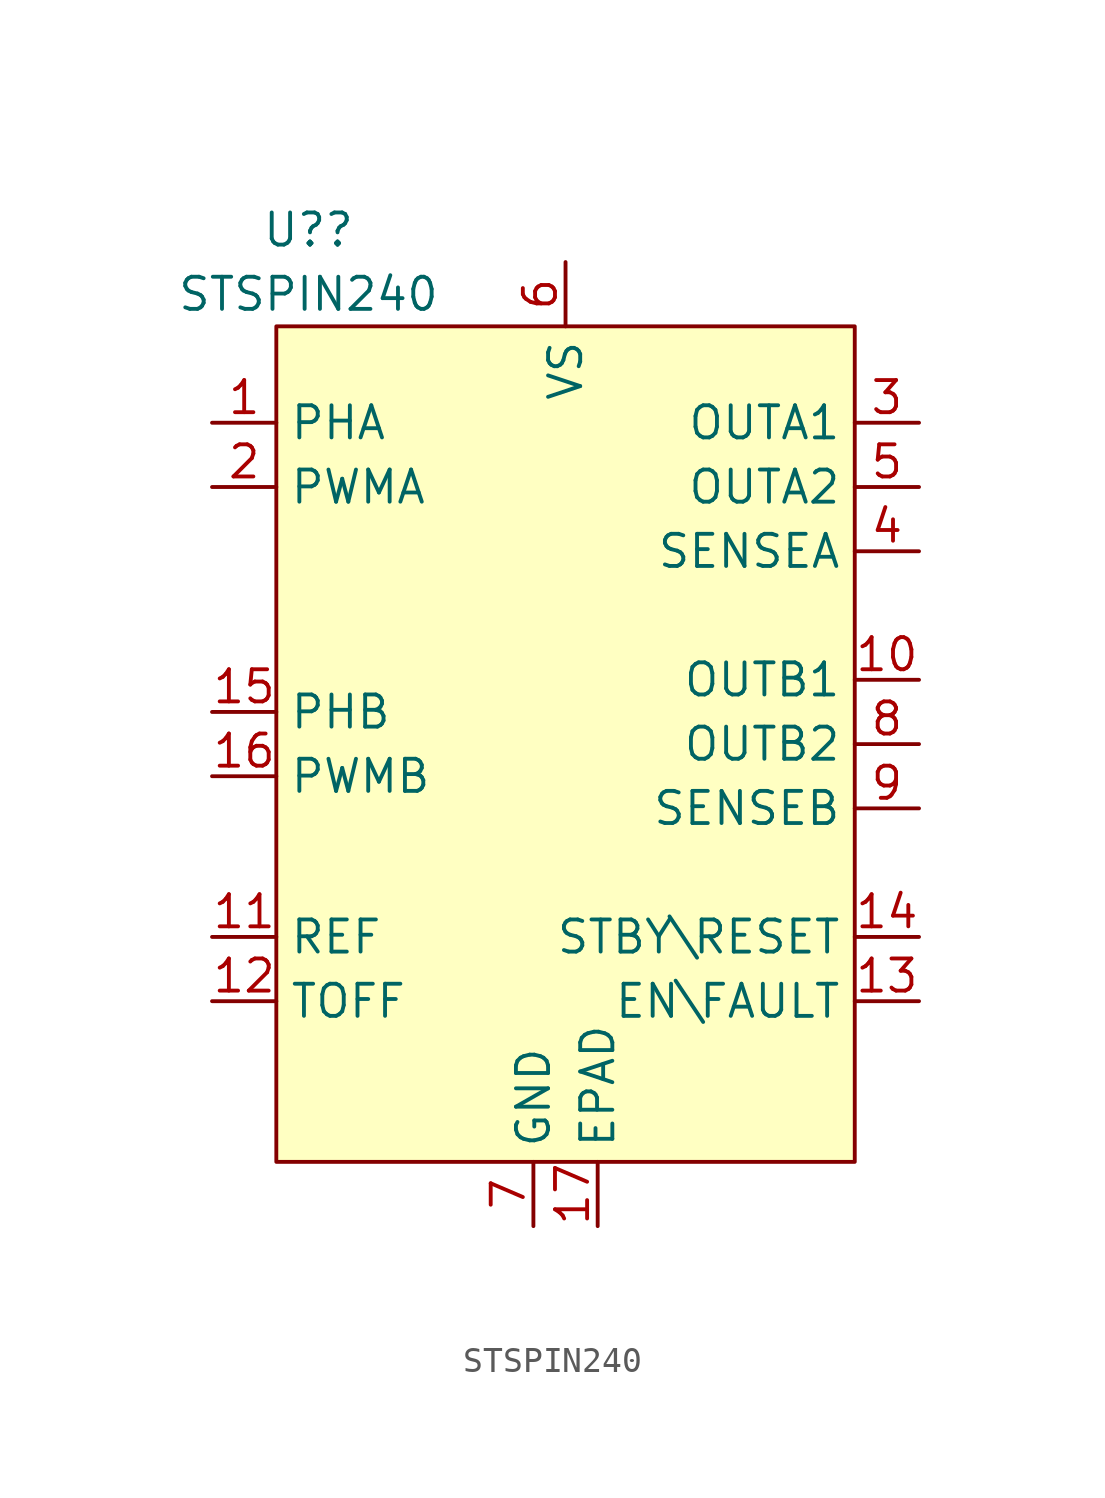
<source format=kicad_sym>
(kicad_symbol_lib
  (version 20220914)
  (generator kicad_symbol_editor)
  (symbol "STSPIN240"
    (property "Reference" "U?"
      (at 0 1.27 0)
      (effects (font (size 1.27 1.27))))
    (property "Value" "STSPIN240"
      (at 0 -1.27 0)
      (effects (font (size 1.27 1.27))))
    (symbol "STSPIN240_1_1"
      (rectangle (start -1.27 -2.54) (end 21.59 -35.56) (stroke (width 0) (type default)) (fill (type background)))
      (pin input line (at -3.81 -6.35 0) (length 2.54) (name "PHA" (effects (font (size 1.27 1.27)))) (number "1" (effects (font (size 1.27 1.27)))))
      (pin power_out line (at 24.13 -16.51 180) (length 2.54) (name "OUTB1" (effects (font (size 1.27 1.27)))) (number "10" (effects (font (size 1.27 1.27)))))
      (pin input line (at -3.81 -26.67 0) (length 2.54) (name "REF" (effects (font (size 1.27 1.27)))) (number "11" (effects (font (size 1.27 1.27)))))
      (pin input line (at -3.81 -29.21 0) (length 2.54) (name "TOFF" (effects (font (size 1.27 1.27)))) (number "12" (effects (font (size 1.27 1.27)))))
      (pin input line (at 24.13 -29.21 180) (length 2.54) (name "EN\\FAULT" (effects (font (size 1.27 1.27)))) (number "13" (effects (font (size 1.27 1.27)))))
      (pin input line (at 24.13 -26.67 180) (length 2.54) (name "STBY\\RESET" (effects (font (size 1.27 1.27)))) (number "14" (effects (font (size 1.27 1.27)))))
      (pin input line (at -3.81 -17.78 0) (length 2.54) (name "PHB" (effects (font (size 1.27 1.27)))) (number "15" (effects (font (size 1.27 1.27)))))
      (pin input line (at -3.81 -20.32 0) (length 2.54) (name "PWMB" (effects (font (size 1.27 1.27)))) (number "16" (effects (font (size 1.27 1.27)))))
      (pin power_out line (at 11.43 -38.1 90) (length 2.54) (name "EPAD" (effects (font (size 1.27 1.27)))) (number "17" (effects (font (size 1.27 1.27)))))
      (pin input line (at -3.81 -8.89 0) (length 2.54) (name "PWMA" (effects (font (size 1.27 1.27)))) (number "2" (effects (font (size 1.27 1.27)))))
      (pin power_out line (at 24.13 -6.35 180) (length 2.54) (name "OUTA1" (effects (font (size 1.27 1.27)))) (number "3" (effects (font (size 1.27 1.27)))))
      (pin power_out line (at 24.13 -11.43 180) (length 2.54) (name "SENSEA" (effects (font (size 1.27 1.27)))) (number "4" (effects (font (size 1.27 1.27)))))
      (pin power_out line (at 24.13 -8.89 180) (length 2.54) (name "OUTA2" (effects (font (size 1.27 1.27)))) (number "5" (effects (font (size 1.27 1.27)))))
      (pin power_in line (at 10.16 0 270) (length 2.54) (name "VS" (effects (font (size 1.27 1.27)))) (number "6" (effects (font (size 1.27 1.27)))))
      (pin power_out line (at 8.89 -38.1 90) (length 2.54) (name "GND" (effects (font (size 1.27 1.27)))) (number "7" (effects (font (size 1.27 1.27)))))
      (pin power_out line (at 24.13 -19.05 180) (length 2.54) (name "OUTB2" (effects (font (size 1.27 1.27)))) (number "8" (effects (font (size 1.27 1.27)))))
      (pin power_out line (at 24.13 -21.59 180) (length 2.54) (name "SENSEB" (effects (font (size 1.27 1.27)))) (number "9" (effects (font (size 1.27 1.27))))))))
</source>
